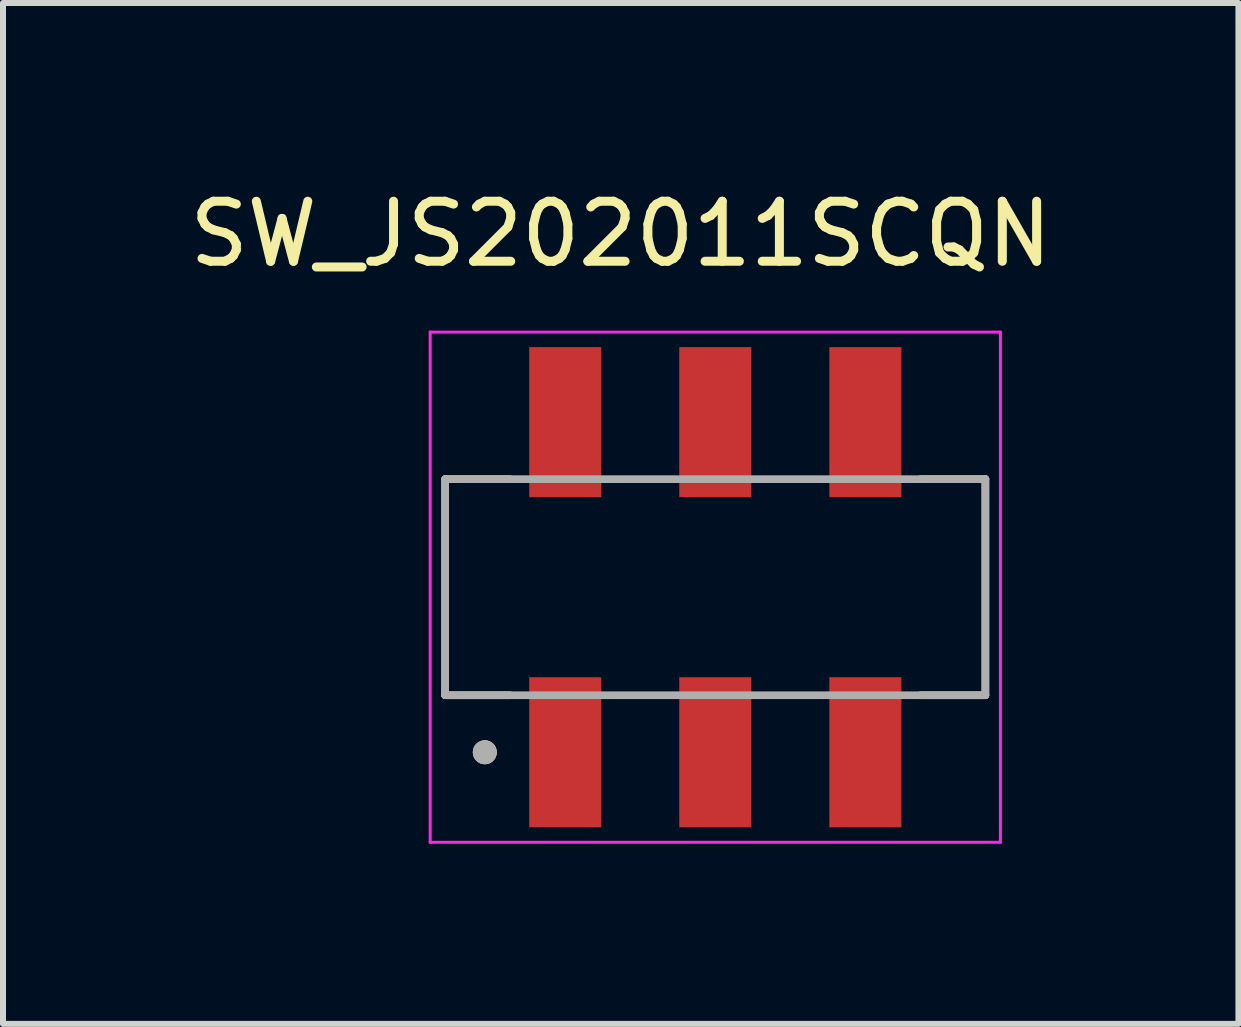
<source format=kicad_pcb>
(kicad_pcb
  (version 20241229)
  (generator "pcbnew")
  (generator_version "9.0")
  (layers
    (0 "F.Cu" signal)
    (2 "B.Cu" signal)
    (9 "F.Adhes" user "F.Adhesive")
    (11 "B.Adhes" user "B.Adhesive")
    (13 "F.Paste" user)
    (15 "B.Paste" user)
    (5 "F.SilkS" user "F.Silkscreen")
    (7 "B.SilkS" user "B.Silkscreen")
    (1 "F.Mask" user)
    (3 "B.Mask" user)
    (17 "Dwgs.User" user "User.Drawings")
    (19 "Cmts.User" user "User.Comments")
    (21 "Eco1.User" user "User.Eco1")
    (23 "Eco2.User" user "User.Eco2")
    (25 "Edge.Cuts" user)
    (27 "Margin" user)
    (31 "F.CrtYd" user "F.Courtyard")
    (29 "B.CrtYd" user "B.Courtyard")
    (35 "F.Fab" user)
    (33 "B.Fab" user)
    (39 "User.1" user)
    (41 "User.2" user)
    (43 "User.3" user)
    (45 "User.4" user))
  (footprint "SW_JS202011SCQN"
    (layer "F.Cu")
    (at 8.867 6.733)
    (property "Reference" "SW_JS202011SCQN" (at -1.575 -5.885 0) (layer "F.SilkS") (effects (font (size 1 1) (thickness 0.15))))
    (attr through_hole)
    (fp_line (start -4.5 -1.8) (end -4.5 1.8) (stroke (width 0.127) (type solid)) (layer "F.SilkS"))
    (fp_line (start -4.5 1.8) (end -3.42 1.8) (stroke (width 0.127) (type solid)) (layer "F.SilkS"))
    (fp_line (start -3.42 -1.8) (end -4.5 -1.8) (stroke (width 0.127) (type solid)) (layer "F.SilkS"))
    (fp_line (start 3.42 1.8) (end 4.5 1.8) (stroke (width 0.127) (type solid)) (layer "F.SilkS"))
    (fp_line (start 4.5 -1.8) (end 3.42 -1.8) (stroke (width 0.127) (type solid)) (layer "F.SilkS"))
    (fp_line (start 4.5 1.8) (end 4.5 -1.8) (stroke (width 0.127) (type solid)) (layer "F.SilkS"))
    (fp_circle (center -3.84 2.75) (end -3.74 2.75) (stroke (width 0.2) (type solid)) (fill no) (layer "F.SilkS"))
    (fp_line (start -4.75 -4.25) (end -4.75 4.25) (stroke (width 0.05) (type solid)) (layer "F.CrtYd"))
    (fp_line (start -4.75 4.25) (end 4.75 4.25) (stroke (width 0.05) (type solid)) (layer "F.CrtYd"))
    (fp_line (start 4.75 -4.25) (end -4.75 -4.25) (stroke (width 0.05) (type solid)) (layer "F.CrtYd"))
    (fp_line (start 4.75 4.25) (end 4.75 -4.25) (stroke (width 0.05) (type solid)) (layer "F.CrtYd"))
    (fp_line (start -4.5 -1.8) (end -4.5 1.8) (stroke (width 0.127) (type solid)) (layer "F.Fab"))
    (fp_line (start -4.5 1.8) (end 4.5 1.8) (stroke (width 0.127) (type solid)) (layer "F.Fab"))
    (fp_line (start 4.5 -1.8) (end -4.5 -1.8) (stroke (width 0.127) (type solid)) (layer "F.Fab"))
    (fp_line (start 4.5 1.8) (end 4.5 -1.8) (stroke (width 0.127) (type solid)) (layer "F.Fab"))
    (fp_circle (center -3.84 2.75) (end -3.74 2.75) (stroke (width 0.2) (type solid)) (fill no) (layer "F.Fab"))
    (pad "1" smd rect (at -2.5 2.75) (size 1.2 2.5) (layers "F.Cu" "F.Mask" "F.Paste"))
    (pad "2" smd rect (at 0 2.75) (size 1.2 2.5) (layers "F.Cu" "F.Mask" "F.Paste"))
    (pad "3" smd rect (at 2.5 2.75) (size 1.2 2.5) (layers "F.Cu" "F.Mask" "F.Paste"))
    (pad "4" smd rect (at -2.5 -2.75) (size 1.2 2.5) (layers "F.Cu" "F.Mask" "F.Paste"))
    (pad "5" smd rect (at 0 -2.75) (size 1.2 2.5) (layers "F.Cu" "F.Mask" "F.Paste"))
    (pad "6" smd rect (at 2.5 -2.75) (size 1.2 2.5) (layers "F.Cu" "F.Mask" "F.Paste")))
  (gr_rect
    (start -3 -3)
    (end 17.583 14.008)
    (stroke (width 0.1) (type default))
    (fill no)
    (layer "Edge.Cuts")))
</source>
